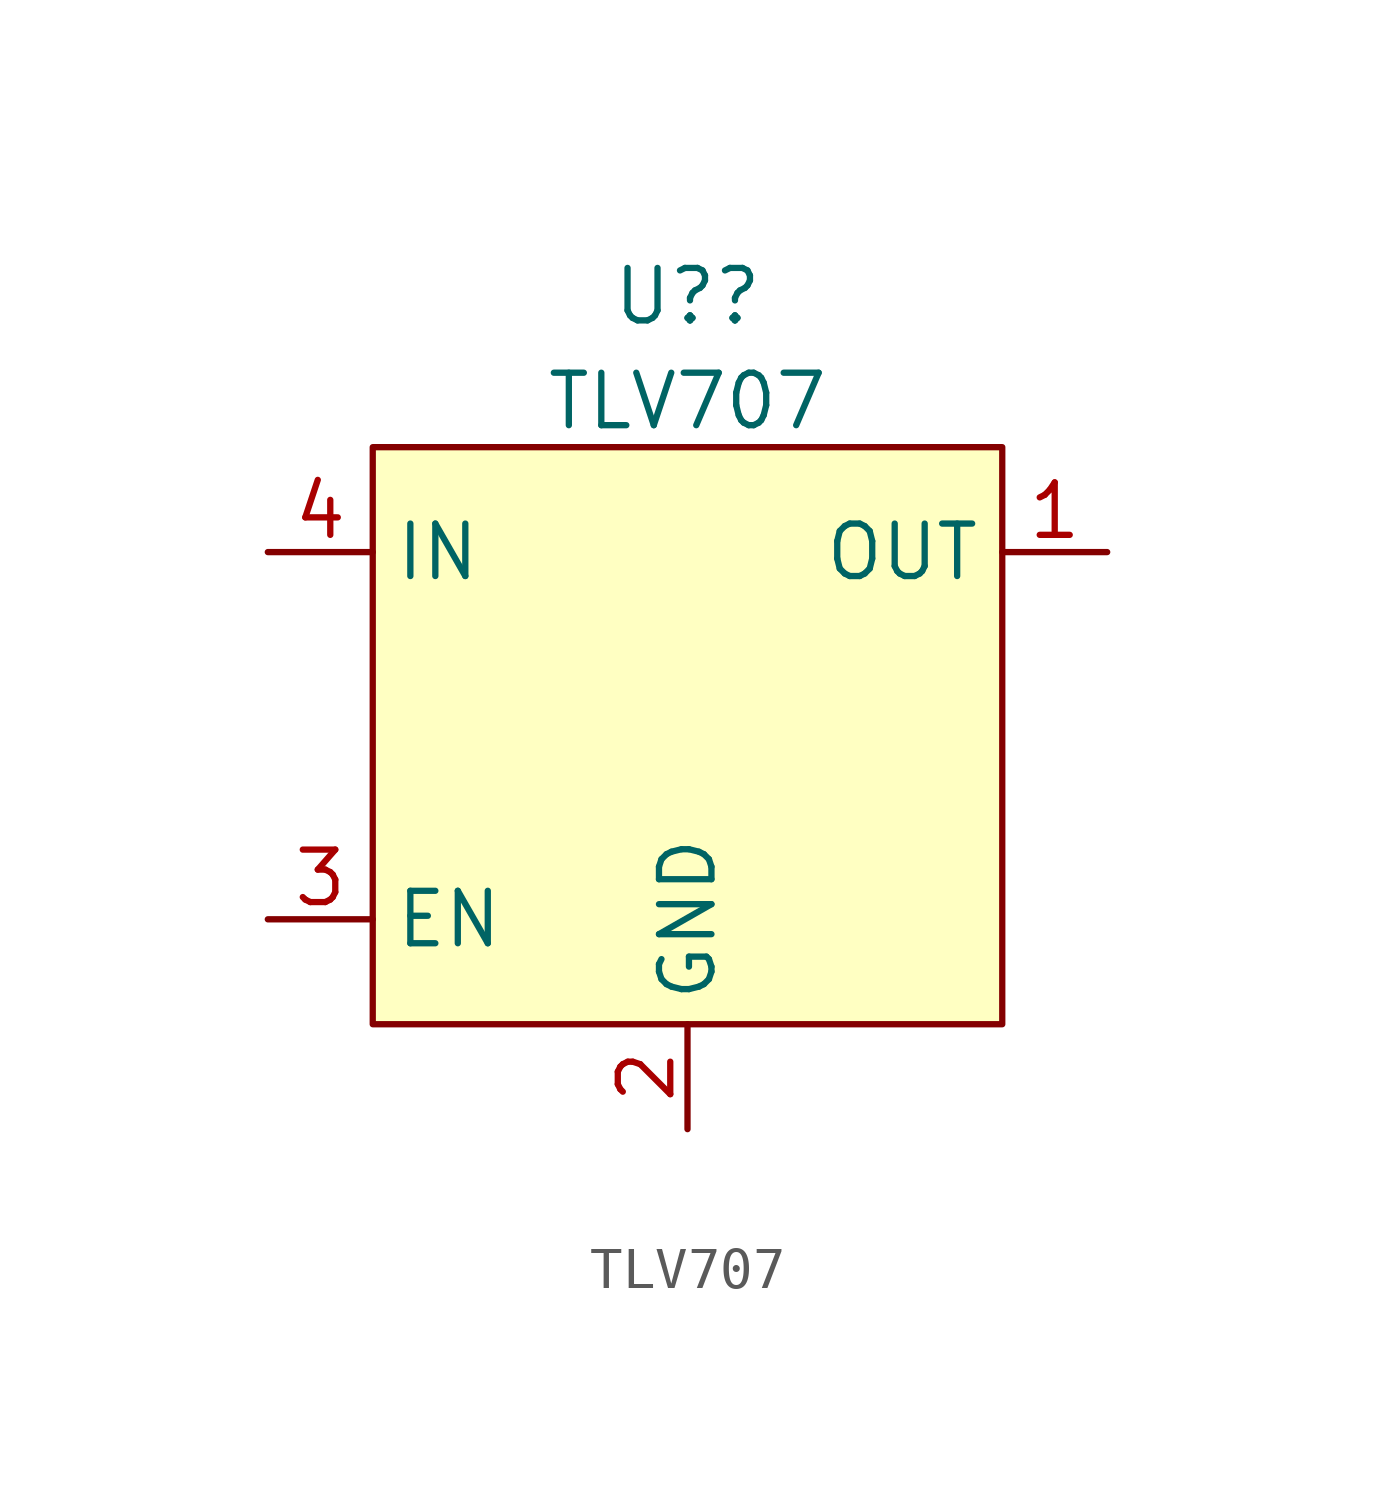
<source format=kicad_sym>
(kicad_symbol_lib
  (version 20211014)
  (generator kicad_symbol_editor)
  (symbol "TLV707"
    (property "Reference" "U?"
      (at 0 2.379 0)
      (effects (font (size 1.27 1.27))))
    (property "Value" "TLV707"
      (at 0 -0.158 0)
      (effects (font (size 1.27 1.27))))
    (symbol "TLV707_0_1"
      (rectangle (start -7.62 -1.27) (end 7.62 -15.24) (stroke (width 0.152) (type default) (color 0 0 0 0)) (fill (type background))))
    (symbol "TLV707_1_1"
      (pin input line (at 10.16 -3.81 180) (length 2.54) (name "OUT" (effects (font (size 1.27 1.27)))) (number "1" (effects (font (size 1.27 1.27)))))
      (pin input line (at 0 -17.78 90) (length 2.54) (name "GND" (effects (font (size 1.27 1.27)))) (number "2" (effects (font (size 1.27 1.27)))))
      (pin input line (at -10.16 -12.7 0) (length 2.54) (name "EN" (effects (font (size 1.27 1.27)))) (number "3" (effects (font (size 1.27 1.27)))))
      (pin input line (at -10.16 -3.81 0) (length 2.54) (name "IN" (effects (font (size 1.27 1.27)))) (number "4" (effects (font (size 1.27 1.27))))))))
</source>
